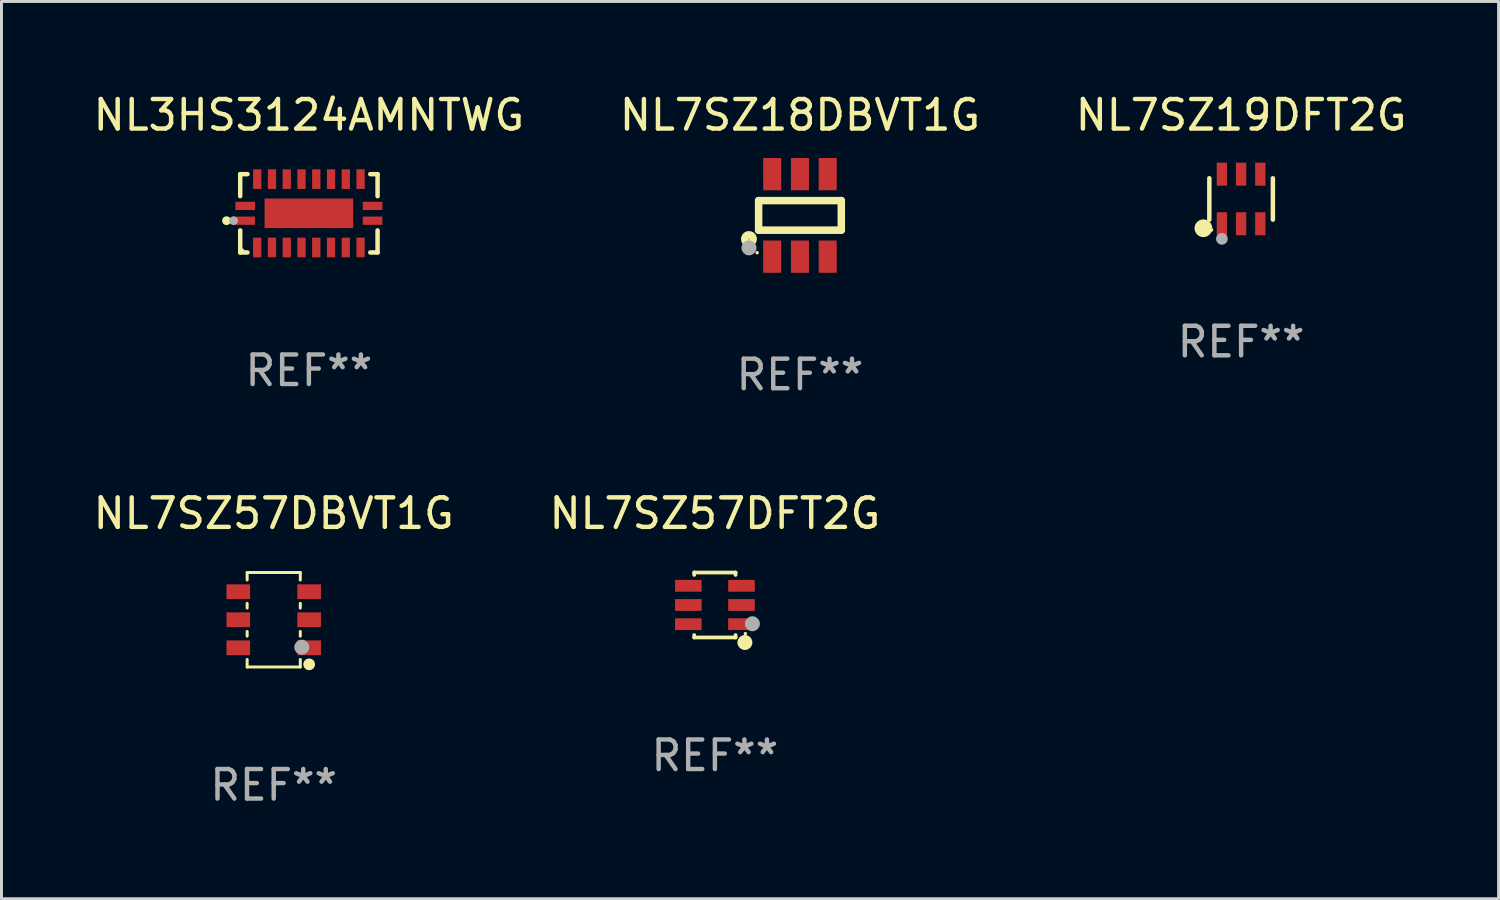
<source format=kicad_pcb>
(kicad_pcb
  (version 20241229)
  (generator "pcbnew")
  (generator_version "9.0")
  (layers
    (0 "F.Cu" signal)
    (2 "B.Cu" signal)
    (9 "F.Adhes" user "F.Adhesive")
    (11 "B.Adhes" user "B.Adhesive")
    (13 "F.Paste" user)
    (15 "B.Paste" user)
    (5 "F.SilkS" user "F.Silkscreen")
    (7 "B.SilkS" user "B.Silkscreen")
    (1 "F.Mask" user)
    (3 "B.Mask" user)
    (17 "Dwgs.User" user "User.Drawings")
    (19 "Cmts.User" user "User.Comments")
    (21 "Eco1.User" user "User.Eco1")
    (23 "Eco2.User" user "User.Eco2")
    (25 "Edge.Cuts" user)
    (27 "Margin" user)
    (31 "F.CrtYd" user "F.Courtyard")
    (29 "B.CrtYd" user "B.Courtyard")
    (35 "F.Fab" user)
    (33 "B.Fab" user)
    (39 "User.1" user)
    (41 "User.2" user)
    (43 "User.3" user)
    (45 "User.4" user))
  (footprint "NL7SZ57DBVT1G"
    (layer "F.Cu")
    (at 6.22 17.939)
    (property "Reference" "NL7SZ57DBVT1G" (at 0 -3.6 0) (layer "F.SilkS") (effects (font (size 1 1) (thickness 0.15))))
    (attr through_hole)
    (fp_line (start -0.9 -1.6) (end 0.9 -1.6) (stroke (width 0.101) (type solid)) (layer "F.SilkS"))
    (fp_line (start -0.9 -1.346) (end -0.9 -1.6) (stroke (width 0.101) (type solid)) (layer "F.SilkS"))
    (fp_line (start -0.9 -0.396) (end -0.9 -0.554) (stroke (width 0.101) (type solid)) (layer "F.SilkS"))
    (fp_line (start -0.9 0.554) (end -0.9 0.396) (stroke (width 0.101) (type solid)) (layer "F.SilkS"))
    (fp_line (start -0.9 1.6) (end -0.9 1.346) (stroke (width 0.101) (type solid)) (layer "F.SilkS"))
    (fp_line (start -0.9 1.6) (end 0.9 1.6) (stroke (width 0.101) (type solid)) (layer "F.SilkS"))
    (fp_line (start 0.9 -1.346) (end 0.9 -1.6) (stroke (width 0.101) (type solid)) (layer "F.SilkS"))
    (fp_line (start 0.9 -0.396) (end 0.9 -0.554) (stroke (width 0.101) (type solid)) (layer "F.SilkS"))
    (fp_line (start 0.9 0.554) (end 0.9 0.396) (stroke (width 0.101) (type solid)) (layer "F.SilkS"))
    (fp_line (start 0.9 1.6) (end 0.9 1.346) (stroke (width 0.101) (type solid)) (layer "F.SilkS"))
    (fp_circle (center 1.2 1.51) (end 1.3 1.51) (stroke (width 0.2) (type solid)) (fill no) (layer "F.SilkS"))
    (fp_circle (center 1.25 1.45) (end 1.28 1.45) (stroke (width 0.06) (type solid)) (fill no) (layer "F.SilkS"))
    (fp_circle (center 0.95 0.93) (end 1.077 0.93) (stroke (width 0.254) (type solid)) (fill no) (layer "F.Fab"))
    (fp_text user "REF**" (at 0 5.6 0) (layer "F.Fab") (effects (font (size 1 1) (thickness 0.15))))
    (pad "1" smd rect (at 1.2 0.95 90) (size 0.5 0.8) (layers "F.Cu" "F.Mask" "F.Paste"))
    (pad "2" smd rect (at 1.2 0 90) (size 0.5 0.8) (layers "F.Cu" "F.Mask" "F.Paste"))
    (pad "3" smd rect (at 1.2 -0.95 90) (size 0.5 0.8) (layers "F.Cu" "F.Mask" "F.Paste"))
    (pad "4" smd rect (at -1.2 -0.95 90) (size 0.5 0.8) (layers "F.Cu" "F.Mask" "F.Paste"))
    (pad "5" smd rect (at -1.2 0 90) (size 0.5 0.8) (layers "F.Cu" "F.Mask" "F.Paste"))
    (pad "6" smd rect (at -1.2 0.95 90) (size 0.5 0.8) (layers "F.Cu" "F.Mask" "F.Paste")))
  (footprint "NL7SZ19DFT2G"
    (layer "F.Cu")
    (at 38.982 3.688)
    (property "Reference" "NL7SZ19DFT2G" (at 0 -2.84 0) (layer "F.SilkS") (effects (font (size 1 1) (thickness 0.15))))
    (attr through_hole)
    (fp_line (start -1.076 0.701) (end -1.076 -0.701) (stroke (width 0.152) (type solid)) (layer "F.SilkS"))
    (fp_line (start 1.076 0.701) (end 1.076 -0.701) (stroke (width 0.152) (type solid)) (layer "F.SilkS"))
    (fp_circle (center -1.277 0.992) (end -1.127 0.992) (stroke (width 0.3) (type solid)) (fill no) (layer "F.SilkS"))
    (fp_circle (center -1 1.05) (end -0.97 1.05) (stroke (width 0.06) (type solid)) (fill no) (layer "F.SilkS"))
    (fp_circle (center -0.65 1.35) (end -0.55 1.35) (stroke (width 0.2) (type solid)) (fill no) (layer "F.Fab"))
    (fp_text user "REF**" (at 0 4.84 0) (layer "F.Fab") (effects (font (size 1 1) (thickness 0.15))))
    (pad "1" smd rect (at -0.65 0.84) (size 0.35 0.78) (layers "F.Cu" "F.Mask" "F.Paste"))
    (pad "2" smd rect (at 0 0.84) (size 0.35 0.78) (layers "F.Cu" "F.Mask" "F.Paste"))
    (pad "3" smd rect (at 0.65 0.84) (size 0.35 0.78) (layers "F.Cu" "F.Mask" "F.Paste"))
    (pad "4" smd rect (at 0.65 -0.84) (size 0.35 0.78) (layers "F.Cu" "F.Mask" "F.Paste"))
    (pad "5" smd rect (at 0 -0.84) (size 0.35 0.78) (layers "F.Cu" "F.Mask" "F.Paste"))
    (pad "6" smd rect (at -0.65 -0.84) (size 0.35 0.78) (layers "F.Cu" "F.Mask" "F.Paste")))
  (footprint "NL3HS3124AMNTWG"
    (layer "F.Cu")
    (at 7.411 4.174)
    (property "Reference" "NL3HS3124AMNTWG" (at 0 -3.326 0) (layer "F.SilkS") (effects (font (size 1 1) (thickness 0.15))))
    (attr through_hole)
    (fp_line (start -2.326 -1.326) (end -2.08 -1.326) (stroke (width 0.152) (type solid)) (layer "F.SilkS"))
    (fp_line (start -2.326 -0.58) (end -2.326 -1.326) (stroke (width 0.152) (type solid)) (layer "F.SilkS"))
    (fp_line (start -2.326 0.58) (end -2.326 1.326) (stroke (width 0.152) (type solid)) (layer "F.SilkS"))
    (fp_line (start -2.326 1.326) (end -2.08 1.326) (stroke (width 0.152) (type solid)) (layer "F.SilkS"))
    (fp_line (start 2.326 -1.326) (end 2.08 -1.326) (stroke (width 0.152) (type solid)) (layer "F.SilkS"))
    (fp_line (start 2.326 -0.58) (end 2.326 -1.326) (stroke (width 0.152) (type solid)) (layer "F.SilkS"))
    (fp_line (start 2.326 0.58) (end 2.326 1.326) (stroke (width 0.152) (type solid)) (layer "F.SilkS"))
    (fp_line (start 2.326 1.326) (end 2.08 1.326) (stroke (width 0.152) (type solid)) (layer "F.SilkS"))
    (fp_circle (center -2.79 0.25) (end -2.715 0.25) (stroke (width 0.15) (type solid)) (fill no) (layer "F.SilkS"))
    (fp_circle (center -2.25 1.25) (end -2.22 1.25) (stroke (width 0.06) (type solid)) (fill no) (layer "F.SilkS"))
    (fp_circle (center -2.55 0.25) (end -2.475 0.25) (stroke (width 0.15) (type solid)) (fill no) (layer "F.Fab"))
    (fp_text user "REF**" (at 0 5.326 0) (layer "F.Fab") (effects (font (size 1 1) (thickness 0.15))))
    (pad "1" smd rect (at -2.157 0.25) (size 0.665 0.28) (layers "F.Cu" "F.Mask" "F.Paste"))
    (pad "2" smd rect (at -1.75 1.157) (size 0.28 0.665) (layers "F.Cu" "F.Mask" "F.Paste"))
    (pad "3" smd rect (at -1.25 1.157) (size 0.28 0.665) (layers "F.Cu" "F.Mask" "F.Paste"))
    (pad "4" smd rect (at -0.75 1.157) (size 0.28 0.665) (layers "F.Cu" "F.Mask" "F.Paste"))
    (pad "5" smd rect (at -0.25 1.157) (size 0.28 0.665) (layers "F.Cu" "F.Mask" "F.Paste"))
    (pad "6" smd rect (at 0.25 1.157) (size 0.28 0.665) (layers "F.Cu" "F.Mask" "F.Paste"))
    (pad "7" smd rect (at 0.75 1.157) (size 0.28 0.665) (layers "F.Cu" "F.Mask" "F.Paste"))
    (pad "8" smd rect (at 1.25 1.157) (size 0.28 0.665) (layers "F.Cu" "F.Mask" "F.Paste"))
    (pad "9" smd rect (at 1.75 1.157) (size 0.28 0.665) (layers "F.Cu" "F.Mask" "F.Paste"))
    (pad "10" smd rect (at 2.157 0.25) (size 0.665 0.28) (layers "F.Cu" "F.Mask" "F.Paste"))
    (pad "11" smd rect (at 2.157 -0.25) (size 0.665 0.28) (layers "F.Cu" "F.Mask" "F.Paste"))
    (pad "12" smd rect (at 1.75 -1.157) (size 0.28 0.665) (layers "F.Cu" "F.Mask" "F.Paste"))
    (pad "13" smd rect (at 1.25 -1.157) (size 0.28 0.665) (layers "F.Cu" "F.Mask" "F.Paste"))
    (pad "14" smd rect (at 0.75 -1.157) (size 0.28 0.665) (layers "F.Cu" "F.Mask" "F.Paste"))
    (pad "15" smd rect (at 0.25 -1.157) (size 0.28 0.665) (layers "F.Cu" "F.Mask" "F.Paste"))
    (pad "16" smd rect (at -0.25 -1.157) (size 0.28 0.665) (layers "F.Cu" "F.Mask" "F.Paste"))
    (pad "17" smd rect (at -0.75 -1.157) (size 0.28 0.665) (layers "F.Cu" "F.Mask" "F.Paste"))
    (pad "18" smd rect (at -1.25 -1.157) (size 0.28 0.665) (layers "F.Cu" "F.Mask" "F.Paste"))
    (pad "19" smd rect (at -1.75 -1.157) (size 0.28 0.665) (layers "F.Cu" "F.Mask" "F.Paste"))
    (pad "20" smd rect (at -2.157 -0.25) (size 0.665 0.28) (layers "F.Cu" "F.Mask" "F.Paste"))
    (pad "21" smd rect (at 0 0) (size 3 1) (layers "F.Cu" "F.Mask" "F.Paste")))
  (footprint "NL7SZ18DBVT1G"
    (layer "F.Cu")
    (at 24.042 4.245)
    (property "Reference" "NL7SZ18DBVT1G" (at 0 -3.397 0) (layer "F.SilkS") (effects (font (size 1 1) (thickness 0.15))))
    (attr through_hole)
    (fp_line (start -1.4 -0.501) (end -1.4 0.5) (stroke (width 0.254) (type solid)) (layer "F.SilkS"))
    (fp_line (start -1.4 0.5) (end 1.4 0.5) (stroke (width 0.254) (type solid)) (layer "F.SilkS"))
    (fp_line (start 1.4 -0.501) (end -1.4 -0.501) (stroke (width 0.254) (type solid)) (layer "F.SilkS"))
    (fp_line (start 1.4 0.5) (end 1.4 -0.501) (stroke (width 0.254) (type solid)) (layer "F.SilkS"))
    (fp_circle (center -1.727 0.8) (end -1.585 0.8) (stroke (width 0.254) (type solid)) (fill no) (layer "F.SilkS"))
    (fp_circle (center -1.45 1.263) (end -1.42 1.263) (stroke (width 0.06) (type solid)) (fill no) (layer "F.SilkS"))
    (fp_circle (center -1.727 1.1) (end -1.6 1.1) (stroke (width 0.254) (type solid)) (fill no) (layer "F.Fab"))
    (fp_text user "REF**" (at 0 5.397 0) (layer "F.Fab") (effects (font (size 1 1) (thickness 0.15))))
    (pad "1" smd rect (at -0.94 1.397 180) (size 0.61 1.092) (layers "F.Cu" "F.Mask" "F.Paste"))
    (pad "2" smd rect (at 0.000127 1.397 180) (size 0.61 1.092) (layers "F.Cu" "F.Mask" "F.Paste"))
    (pad "3" smd rect (at 0.94 1.397 180) (size 0.61 1.092) (layers "F.Cu" "F.Mask" "F.Paste"))
    (pad "4" smd rect (at 0.94 -1.397 180) (size 0.61 1.092) (layers "F.Cu" "F.Mask" "F.Paste"))
    (pad "5" smd rect (at 0.000127 -1.397 180) (size 0.61 1.092) (layers "F.Cu" "F.Mask" "F.Paste"))
    (pad "6" smd rect (at -0.94 -1.397 180) (size 0.61 1.092) (layers "F.Cu" "F.Mask" "F.Paste")))
  (footprint "NL7SZ57DFT2G"
    (layer "F.Cu")
    (at 21.161 17.439)
    (property "Reference" "NL7SZ57DFT2G" (at 0 -3.1 0) (layer "F.SilkS") (effects (font (size 1 1) (thickness 0.15))))
    (attr through_hole)
    (fp_line (start -0.7 -1.018) (end -0.7 -1.1) (stroke (width 0.127) (type solid)) (layer "F.SilkS"))
    (fp_line (start -0.7 1.1) (end -0.7 1.018) (stroke (width 0.127) (type solid)) (layer "F.SilkS"))
    (fp_line (start 0.7 -1.1) (end -0.7 -1.1) (stroke (width 0.127) (type solid)) (layer "F.SilkS"))
    (fp_line (start 0.7 -1.018) (end 0.7 -1.1) (stroke (width 0.127) (type solid)) (layer "F.SilkS"))
    (fp_line (start 0.7 1.1) (end -0.7 1.1) (stroke (width 0.127) (type solid)) (layer "F.SilkS"))
    (fp_line (start 0.7 1.1) (end 0.7 1.018) (stroke (width 0.127) (type solid)) (layer "F.SilkS"))
    (fp_circle (center 1.016 1.27) (end 1.143 1.27) (stroke (width 0.254) (type solid)) (fill no) (layer "F.SilkS"))
    (fp_circle (center 1.032 0.97) (end 1.062 0.97) (stroke (width 0.06) (type solid)) (fill no) (layer "F.SilkS"))
    (fp_circle (center 1.27 0.635) (end 1.397 0.635) (stroke (width 0.254) (type solid)) (fill no) (layer "F.Fab"))
    (fp_text user "REF**" (at 0 5.1 0) (layer "F.Fab") (effects (font (size 1 1) (thickness 0.15))))
    (pad "1" smd rect (at 0.9 0.65 90) (size 0.4 0.9) (layers "F.Cu" "F.Mask" "F.Paste"))
    (pad "2" smd rect (at 0.9 -0.000102 90) (size 0.4 0.9) (layers "F.Cu" "F.Mask" "F.Paste"))
    (pad "3" smd rect (at 0.9 -0.65 90) (size 0.4 0.9) (layers "F.Cu" "F.Mask" "F.Paste"))
    (pad "4" smd rect (at -0.9 -0.65 90) (size 0.4 0.9) (layers "F.Cu" "F.Mask" "F.Paste"))
    (pad "5" smd rect (at -0.9 -0.000102 90) (size 0.4 0.9) (layers "F.Cu" "F.Mask" "F.Paste"))
    (pad "6" smd rect (at -0.9 0.65 90) (size 0.4 0.9) (layers "F.Cu" "F.Mask" "F.Paste")))
  (gr_rect
    (start -3 -3)
    (end 47.702 27.387)
    (stroke (width 0.1) (type default))
    (fill no)
    (layer "Edge.Cuts")))
</source>
